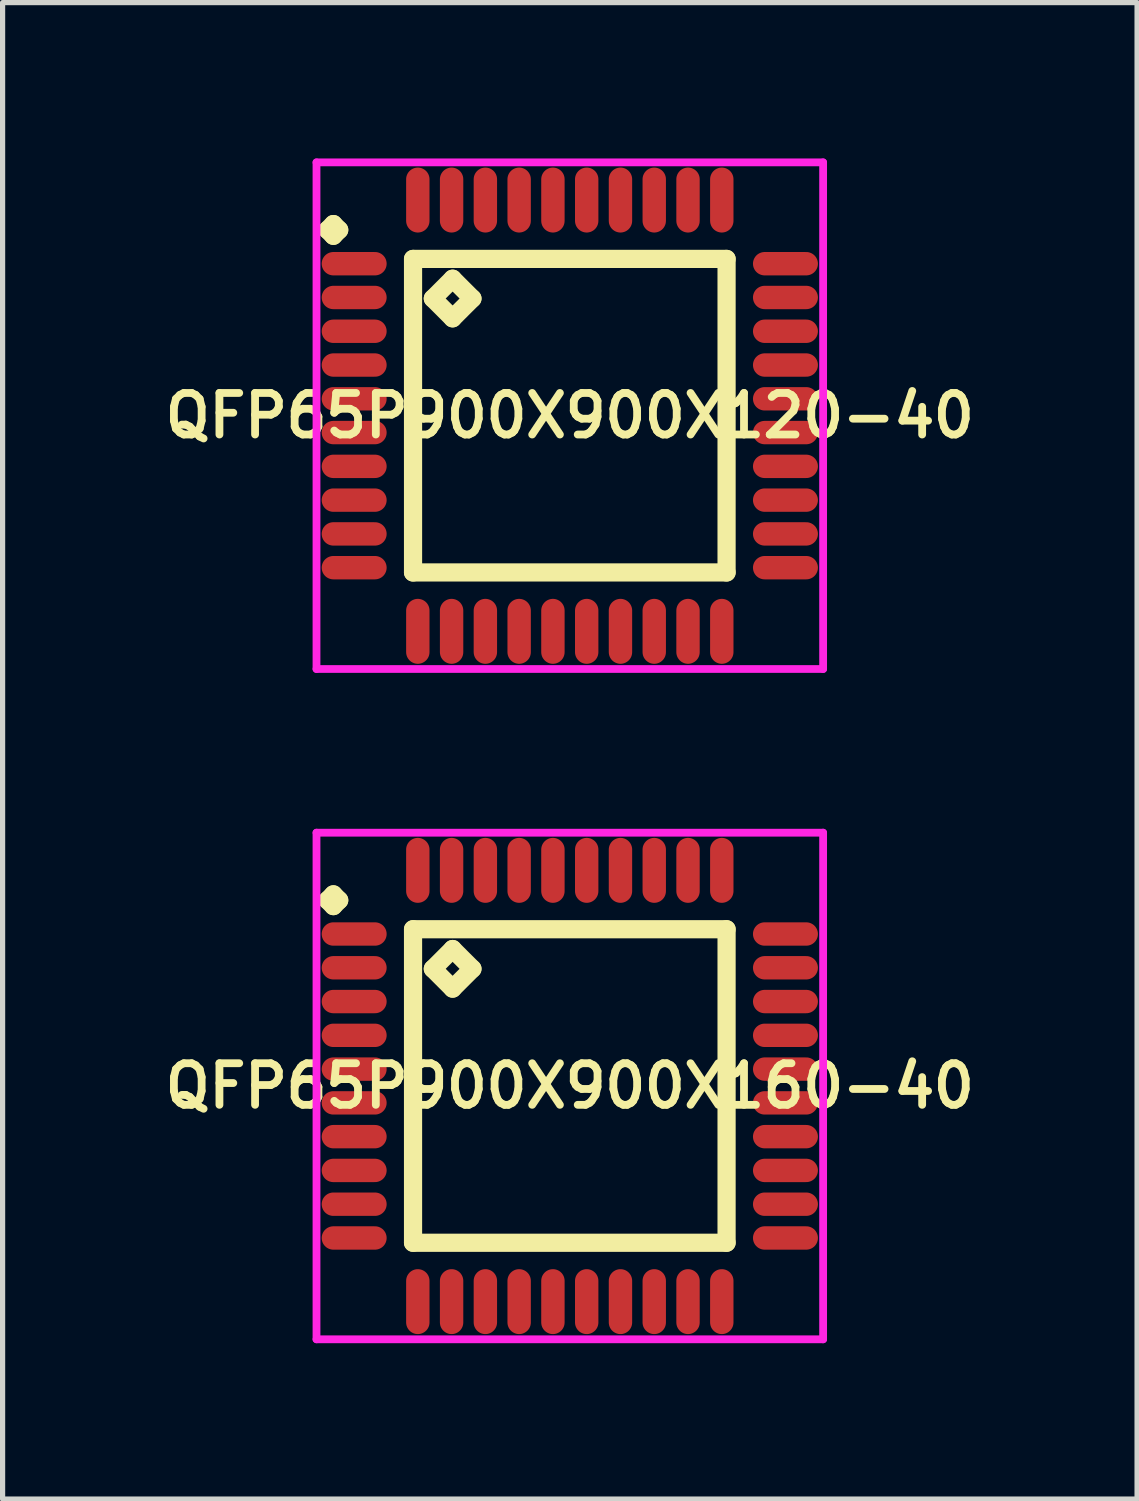
<source format=kicad_pcb>
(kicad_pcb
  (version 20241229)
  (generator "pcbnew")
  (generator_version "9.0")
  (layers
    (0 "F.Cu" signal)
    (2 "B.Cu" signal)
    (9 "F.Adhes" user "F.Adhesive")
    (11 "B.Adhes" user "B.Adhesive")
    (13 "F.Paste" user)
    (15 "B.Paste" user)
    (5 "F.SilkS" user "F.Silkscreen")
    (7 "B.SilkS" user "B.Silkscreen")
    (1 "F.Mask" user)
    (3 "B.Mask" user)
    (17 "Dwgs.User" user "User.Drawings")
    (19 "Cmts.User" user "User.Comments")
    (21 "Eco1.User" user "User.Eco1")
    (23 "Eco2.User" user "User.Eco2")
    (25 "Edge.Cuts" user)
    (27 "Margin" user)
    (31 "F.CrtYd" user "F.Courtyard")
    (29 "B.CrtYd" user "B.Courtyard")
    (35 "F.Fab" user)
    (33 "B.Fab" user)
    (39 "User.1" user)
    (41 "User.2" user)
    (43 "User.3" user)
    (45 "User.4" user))
  (footprint "QFP65P900X900X160-40"
    (layer "F.Cu")
    (at 7.916 17.85)
    (property "Reference" "QFP65P900X900X160-40" (at 0 0 0) (layer "F.SilkS") (effects (font (size 0.8 0.8) (thickness 0.15))))
    (attr smd)
    (fp_line (start -4.662 -3.575) (end -4.55 -3.688) (stroke (width 0.35) (type solid)) (layer "F.SilkS"))
    (fp_line (start -4.55 -3.688) (end -4.438 -3.575) (stroke (width 0.35) (type solid)) (layer "F.SilkS"))
    (fp_line (start -4.55 -3.462) (end -4.662 -3.575) (stroke (width 0.35) (type solid)) (layer "F.SilkS"))
    (fp_line (start -4.438 -3.575) (end -4.55 -3.462) (stroke (width 0.35) (type solid)) (layer "F.SilkS"))
    (fp_line (start -3.017 -3.017) (end -3.017 3.017) (stroke (width 0.35) (type solid)) (layer "F.SilkS"))
    (fp_line (start -3.017 3.017) (end 3.017 3.017) (stroke (width 0.35) (type solid)) (layer "F.SilkS"))
    (fp_line (start -2.636 -2.255) (end -2.255 -2.636) (stroke (width 0.35) (type solid)) (layer "F.SilkS"))
    (fp_line (start -2.255 -2.636) (end -1.874 -2.255) (stroke (width 0.35) (type solid)) (layer "F.SilkS"))
    (fp_line (start -2.255 -1.874) (end -2.636 -2.255) (stroke (width 0.35) (type solid)) (layer "F.SilkS"))
    (fp_line (start -1.874 -2.255) (end -2.255 -1.874) (stroke (width 0.35) (type solid)) (layer "F.SilkS"))
    (fp_line (start 3.017 -3.017) (end -3.017 -3.017) (stroke (width 0.35) (type solid)) (layer "F.SilkS"))
    (fp_line (start 3.017 3.017) (end 3.017 -3.017) (stroke (width 0.35) (type solid)) (layer "F.SilkS"))
    (fp_line (start -4.875 -4.875) (end 4.875 -4.875) (stroke (width 0.15) (type solid)) (layer "F.CrtYd"))
    (fp_line (start -4.875 4.875) (end -4.875 -4.875) (stroke (width 0.15) (type solid)) (layer "F.CrtYd"))
    (fp_line (start 4.875 -4.875) (end 4.875 4.875) (stroke (width 0.15) (type solid)) (layer "F.CrtYd"))
    (fp_line (start 4.875 4.875) (end -4.875 4.875) (stroke (width 0.15) (type solid)) (layer "F.CrtYd"))
    (pad "1" smd oval (at -4.15 -2.925) (size 1.25 0.45) (layers "F.Cu" "F.Mask" "F.Paste"))
    (pad "2" smd oval (at -4.15 -2.275) (size 1.25 0.45) (layers "F.Cu" "F.Mask" "F.Paste"))
    (pad "3" smd oval (at -4.15 -1.625) (size 1.25 0.45) (layers "F.Cu" "F.Mask" "F.Paste"))
    (pad "4" smd oval (at -4.15 -0.975) (size 1.25 0.45) (layers "F.Cu" "F.Mask" "F.Paste"))
    (pad "5" smd oval (at -4.15 -0.325) (size 1.25 0.45) (layers "F.Cu" "F.Mask" "F.Paste"))
    (pad "6" smd oval (at -4.15 0.325) (size 1.25 0.45) (layers "F.Cu" "F.Mask" "F.Paste"))
    (pad "7" smd oval (at -4.15 0.975) (size 1.25 0.45) (layers "F.Cu" "F.Mask" "F.Paste"))
    (pad "8" smd oval (at -4.15 1.625) (size 1.25 0.45) (layers "F.Cu" "F.Mask" "F.Paste"))
    (pad "9" smd oval (at -4.15 2.275) (size 1.25 0.45) (layers "F.Cu" "F.Mask" "F.Paste"))
    (pad "10" smd oval (at -4.15 2.925) (size 1.25 0.45) (layers "F.Cu" "F.Mask" "F.Paste"))
    (pad "11" smd oval (at -2.925 4.15) (size 0.45 1.25) (layers "F.Cu" "F.Mask" "F.Paste"))
    (pad "12" smd oval (at -2.275 4.15) (size 0.45 1.25) (layers "F.Cu" "F.Mask" "F.Paste"))
    (pad "13" smd oval (at -1.625 4.15) (size 0.45 1.25) (layers "F.Cu" "F.Mask" "F.Paste"))
    (pad "14" smd oval (at -0.975 4.15) (size 0.45 1.25) (layers "F.Cu" "F.Mask" "F.Paste"))
    (pad "15" smd oval (at -0.325 4.15) (size 0.45 1.25) (layers "F.Cu" "F.Mask" "F.Paste"))
    (pad "16" smd oval (at 0.325 4.15) (size 0.45 1.25) (layers "F.Cu" "F.Mask" "F.Paste"))
    (pad "17" smd oval (at 0.975 4.15) (size 0.45 1.25) (layers "F.Cu" "F.Mask" "F.Paste"))
    (pad "18" smd oval (at 1.625 4.15) (size 0.45 1.25) (layers "F.Cu" "F.Mask" "F.Paste"))
    (pad "19" smd oval (at 2.275 4.15) (size 0.45 1.25) (layers "F.Cu" "F.Mask" "F.Paste"))
    (pad "20" smd oval (at 2.925 4.15) (size 0.45 1.25) (layers "F.Cu" "F.Mask" "F.Paste"))
    (pad "21" smd oval (at 4.15 2.925) (size 1.25 0.45) (layers "F.Cu" "F.Mask" "F.Paste"))
    (pad "22" smd oval (at 4.15 2.275) (size 1.25 0.45) (layers "F.Cu" "F.Mask" "F.Paste"))
    (pad "23" smd oval (at 4.15 1.625) (size 1.25 0.45) (layers "F.Cu" "F.Mask" "F.Paste"))
    (pad "24" smd oval (at 4.15 0.975) (size 1.25 0.45) (layers "F.Cu" "F.Mask" "F.Paste"))
    (pad "25" smd oval (at 4.15 0.325) (size 1.25 0.45) (layers "F.Cu" "F.Mask" "F.Paste"))
    (pad "26" smd oval (at 4.15 -0.325) (size 1.25 0.45) (layers "F.Cu" "F.Mask" "F.Paste"))
    (pad "27" smd oval (at 4.15 -0.975) (size 1.25 0.45) (layers "F.Cu" "F.Mask" "F.Paste"))
    (pad "28" smd oval (at 4.15 -1.625) (size 1.25 0.45) (layers "F.Cu" "F.Mask" "F.Paste"))
    (pad "29" smd oval (at 4.15 -2.275) (size 1.25 0.45) (layers "F.Cu" "F.Mask" "F.Paste"))
    (pad "30" smd oval (at 4.15 -2.925) (size 1.25 0.45) (layers "F.Cu" "F.Mask" "F.Paste"))
    (pad "31" smd oval (at 2.925 -4.15) (size 0.45 1.25) (layers "F.Cu" "F.Mask" "F.Paste"))
    (pad "32" smd oval (at 2.275 -4.15) (size 0.45 1.25) (layers "F.Cu" "F.Mask" "F.Paste"))
    (pad "33" smd oval (at 1.625 -4.15) (size 0.45 1.25) (layers "F.Cu" "F.Mask" "F.Paste"))
    (pad "34" smd oval (at 0.975 -4.15) (size 0.45 1.25) (layers "F.Cu" "F.Mask" "F.Paste"))
    (pad "35" smd oval (at 0.325 -4.15) (size 0.45 1.25) (layers "F.Cu" "F.Mask" "F.Paste"))
    (pad "36" smd oval (at -0.325 -4.15) (size 0.45 1.25) (layers "F.Cu" "F.Mask" "F.Paste"))
    (pad "37" smd oval (at -0.975 -4.15) (size 0.45 1.25) (layers "F.Cu" "F.Mask" "F.Paste"))
    (pad "38" smd oval (at -1.625 -4.15) (size 0.45 1.25) (layers "F.Cu" "F.Mask" "F.Paste"))
    (pad "39" smd oval (at -2.275 -4.15) (size 0.45 1.25) (layers "F.Cu" "F.Mask" "F.Paste"))
    (pad "40" smd oval (at -2.925 -4.15) (size 0.45 1.25) (layers "F.Cu" "F.Mask" "F.Paste")))
  (footprint "QFP65P900X900X120-40"
    (layer "F.Cu")
    (at 7.916 4.95)
    (property "Reference" "QFP65P900X900X120-40" (at 0 0 0) (layer "F.SilkS") (effects (font (size 0.8 0.8) (thickness 0.15))))
    (attr through_hole)
    (fp_line (start -4.662 -3.575) (end -4.55 -3.688) (stroke (width 0.35) (type solid)) (layer "F.SilkS"))
    (fp_line (start -4.55 -3.688) (end -4.438 -3.575) (stroke (width 0.35) (type solid)) (layer "F.SilkS"))
    (fp_line (start -4.55 -3.462) (end -4.662 -3.575) (stroke (width 0.35) (type solid)) (layer "F.SilkS"))
    (fp_line (start -4.438 -3.575) (end -4.55 -3.462) (stroke (width 0.35) (type solid)) (layer "F.SilkS"))
    (fp_line (start -3.017 -3.017) (end -3.017 3.017) (stroke (width 0.35) (type solid)) (layer "F.SilkS"))
    (fp_line (start -3.017 3.017) (end 3.017 3.017) (stroke (width 0.35) (type solid)) (layer "F.SilkS"))
    (fp_line (start -2.636 -2.255) (end -2.255 -2.636) (stroke (width 0.35) (type solid)) (layer "F.SilkS"))
    (fp_line (start -2.255 -2.636) (end -1.874 -2.255) (stroke (width 0.35) (type solid)) (layer "F.SilkS"))
    (fp_line (start -2.255 -1.874) (end -2.636 -2.255) (stroke (width 0.35) (type solid)) (layer "F.SilkS"))
    (fp_line (start -1.874 -2.255) (end -2.255 -1.874) (stroke (width 0.35) (type solid)) (layer "F.SilkS"))
    (fp_line (start 3.017 -3.017) (end -3.017 -3.017) (stroke (width 0.35) (type solid)) (layer "F.SilkS"))
    (fp_line (start 3.017 3.017) (end 3.017 -3.017) (stroke (width 0.35) (type solid)) (layer "F.SilkS"))
    (fp_line (start -4.875 -4.875) (end 4.875 -4.875) (stroke (width 0.15) (type solid)) (layer "F.CrtYd"))
    (fp_line (start -4.875 4.875) (end -4.875 -4.875) (stroke (width 0.15) (type solid)) (layer "F.CrtYd"))
    (fp_line (start 4.875 -4.875) (end 4.875 4.875) (stroke (width 0.15) (type solid)) (layer "F.CrtYd"))
    (fp_line (start 4.875 4.875) (end -4.875 4.875) (stroke (width 0.15) (type solid)) (layer "F.CrtYd"))
    (pad "1" smd oval (at -4.15 -2.925) (size 1.25 0.45) (layers "F.Cu" "F.Mask" "F.Paste"))
    (pad "2" smd oval (at -4.15 -2.275) (size 1.25 0.45) (layers "F.Cu" "F.Mask" "F.Paste"))
    (pad "3" smd oval (at -4.15 -1.625) (size 1.25 0.45) (layers "F.Cu" "F.Mask" "F.Paste"))
    (pad "4" smd oval (at -4.15 -0.975) (size 1.25 0.45) (layers "F.Cu" "F.Mask" "F.Paste"))
    (pad "5" smd oval (at -4.15 -0.325) (size 1.25 0.45) (layers "F.Cu" "F.Mask" "F.Paste"))
    (pad "6" smd oval (at -4.15 0.325) (size 1.25 0.45) (layers "F.Cu" "F.Mask" "F.Paste"))
    (pad "7" smd oval (at -4.15 0.975) (size 1.25 0.45) (layers "F.Cu" "F.Mask" "F.Paste"))
    (pad "8" smd oval (at -4.15 1.625) (size 1.25 0.45) (layers "F.Cu" "F.Mask" "F.Paste"))
    (pad "9" smd oval (at -4.15 2.275) (size 1.25 0.45) (layers "F.Cu" "F.Mask" "F.Paste"))
    (pad "10" smd oval (at -4.15 2.925) (size 1.25 0.45) (layers "F.Cu" "F.Mask" "F.Paste"))
    (pad "11" smd oval (at -2.925 4.15) (size 0.45 1.25) (layers "F.Cu" "F.Mask" "F.Paste"))
    (pad "12" smd oval (at -2.275 4.15) (size 0.45 1.25) (layers "F.Cu" "F.Mask" "F.Paste"))
    (pad "13" smd oval (at -1.625 4.15) (size 0.45 1.25) (layers "F.Cu" "F.Mask" "F.Paste"))
    (pad "14" smd oval (at -0.975 4.15) (size 0.45 1.25) (layers "F.Cu" "F.Mask" "F.Paste"))
    (pad "15" smd oval (at -0.325 4.15) (size 0.45 1.25) (layers "F.Cu" "F.Mask" "F.Paste"))
    (pad "16" smd oval (at 0.325 4.15) (size 0.45 1.25) (layers "F.Cu" "F.Mask" "F.Paste"))
    (pad "17" smd oval (at 0.975 4.15) (size 0.45 1.25) (layers "F.Cu" "F.Mask" "F.Paste"))
    (pad "18" smd oval (at 1.625 4.15) (size 0.45 1.25) (layers "F.Cu" "F.Mask" "F.Paste"))
    (pad "19" smd oval (at 2.275 4.15) (size 0.45 1.25) (layers "F.Cu" "F.Mask" "F.Paste"))
    (pad "20" smd oval (at 2.925 4.15) (size 0.45 1.25) (layers "F.Cu" "F.Mask" "F.Paste"))
    (pad "21" smd oval (at 4.15 2.925) (size 1.25 0.45) (layers "F.Cu" "F.Mask" "F.Paste"))
    (pad "22" smd oval (at 4.15 2.275) (size 1.25 0.45) (layers "F.Cu" "F.Mask" "F.Paste"))
    (pad "23" smd oval (at 4.15 1.625) (size 1.25 0.45) (layers "F.Cu" "F.Mask" "F.Paste"))
    (pad "24" smd oval (at 4.15 0.975) (size 1.25 0.45) (layers "F.Cu" "F.Mask" "F.Paste"))
    (pad "25" smd oval (at 4.15 0.325) (size 1.25 0.45) (layers "F.Cu" "F.Mask" "F.Paste"))
    (pad "26" smd oval (at 4.15 -0.325) (size 1.25 0.45) (layers "F.Cu" "F.Mask" "F.Paste"))
    (pad "27" smd oval (at 4.15 -0.975) (size 1.25 0.45) (layers "F.Cu" "F.Mask" "F.Paste"))
    (pad "28" smd oval (at 4.15 -1.625) (size 1.25 0.45) (layers "F.Cu" "F.Mask" "F.Paste"))
    (pad "29" smd oval (at 4.15 -2.275) (size 1.25 0.45) (layers "F.Cu" "F.Mask" "F.Paste"))
    (pad "30" smd oval (at 4.15 -2.925) (size 1.25 0.45) (layers "F.Cu" "F.Mask" "F.Paste"))
    (pad "31" smd oval (at 2.925 -4.15) (size 0.45 1.25) (layers "F.Cu" "F.Mask" "F.Paste"))
    (pad "32" smd oval (at 2.275 -4.15) (size 0.45 1.25) (layers "F.Cu" "F.Mask" "F.Paste"))
    (pad "33" smd oval (at 1.625 -4.15) (size 0.45 1.25) (layers "F.Cu" "F.Mask" "F.Paste"))
    (pad "34" smd oval (at 0.975 -4.15) (size 0.45 1.25) (layers "F.Cu" "F.Mask" "F.Paste"))
    (pad "35" smd oval (at 0.325 -4.15) (size 0.45 1.25) (layers "F.Cu" "F.Mask" "F.Paste"))
    (pad "36" smd oval (at -0.325 -4.15) (size 0.45 1.25) (layers "F.Cu" "F.Mask" "F.Paste"))
    (pad "37" smd oval (at -0.975 -4.15) (size 0.45 1.25) (layers "F.Cu" "F.Mask" "F.Paste"))
    (pad "38" smd oval (at -1.625 -4.15) (size 0.45 1.25) (layers "F.Cu" "F.Mask" "F.Paste"))
    (pad "39" smd oval (at -2.275 -4.15) (size 0.45 1.25) (layers "F.Cu" "F.Mask" "F.Paste"))
    (pad "40" smd oval (at -2.925 -4.15) (size 0.45 1.25) (layers "F.Cu" "F.Mask" "F.Paste")))
  (gr_rect
    (start -3 -3)
    (end 18.833 25.8)
    (stroke (width 0.1) (type default))
    (fill no)
    (layer "Edge.Cuts")))
</source>
